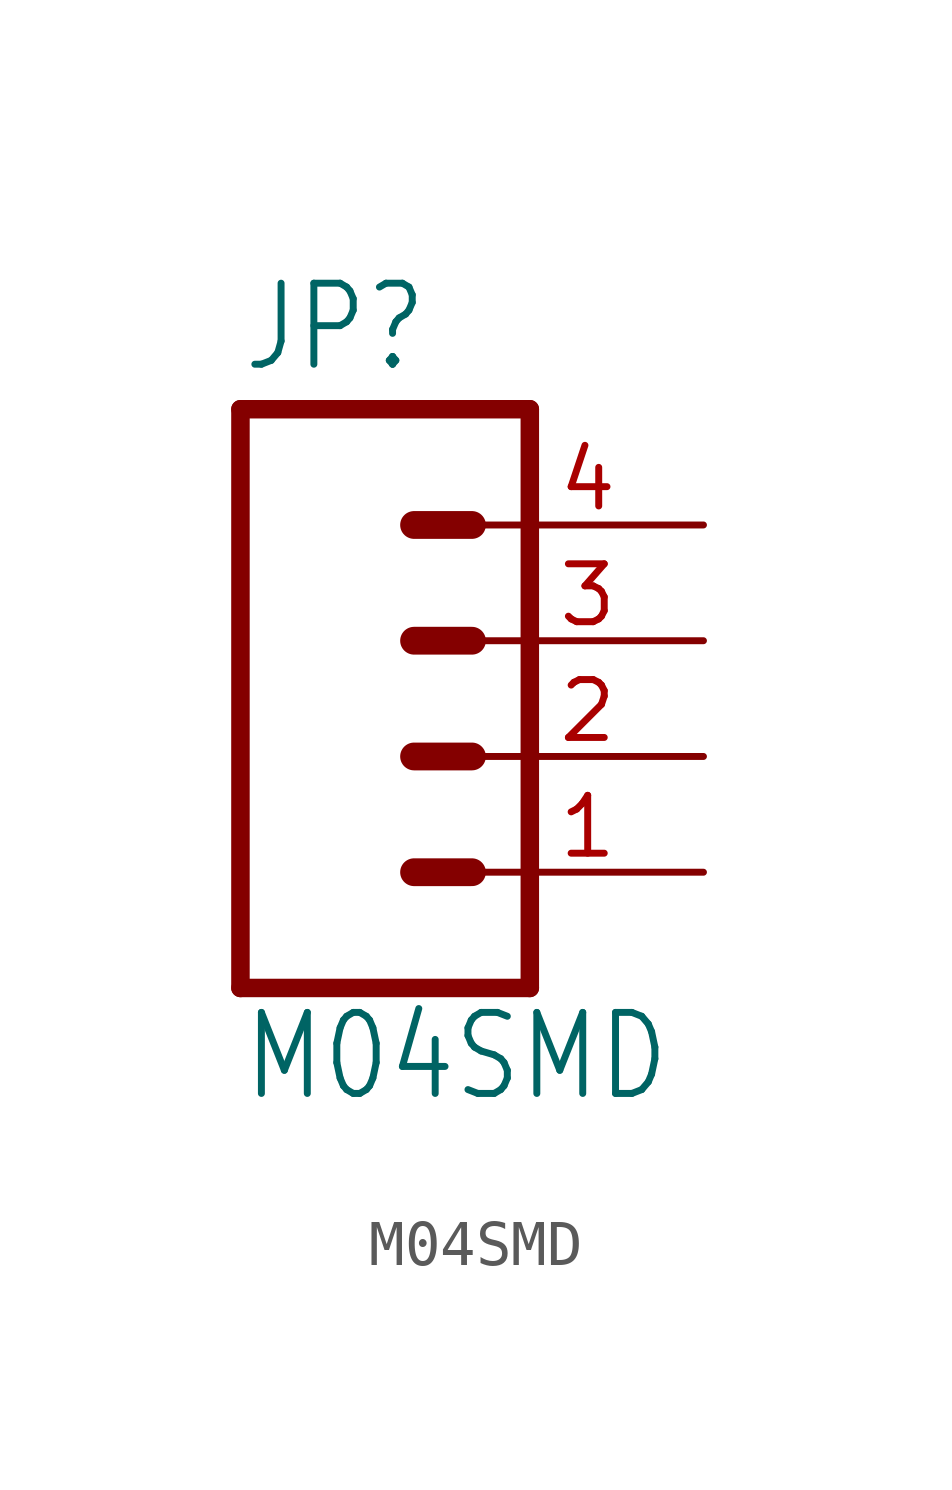
<source format=kicad_sym>
(kicad_symbol_lib
  (version 20201005)
  (generator kicad_symbol_editor)
  (symbol "M04SMD"
    (property "Reference" "JP"
      (at -5.08 8.382 0)
      (effects (font (size 1.778 1.511)) (justify left bottom)))
    (property "Value" "M04SMD"
      (at -5.08 -7.62 0)
      (effects (font (size 1.778 1.511)) (justify left bottom)))
    (property "ki_locked" ""
      (at 0 0 0)
      (effects (font (size 1.27 1.27))))
    (symbol "M04SMD_1_0"
      (polyline (pts (xy 1.27 -5.08) (xy -5.08 -5.08)) (stroke (width 0.406)) (fill (type none)))
      (polyline (pts (xy -1.27 2.54) (xy 0 2.54)) (stroke (width 0.61)) (fill (type none)))
      (polyline (pts (xy -1.27 0) (xy 0 0)) (stroke (width 0.61)) (fill (type none)))
      (polyline (pts (xy -1.27 -2.54) (xy 0 -2.54)) (stroke (width 0.61)) (fill (type none)))
      (polyline (pts (xy -5.08 7.62) (xy -5.08 -5.08)) (stroke (width 0.406)) (fill (type none)))
      (polyline (pts (xy 1.27 -5.08) (xy 1.27 7.62)) (stroke (width 0.406)) (fill (type none)))
      (polyline (pts (xy -5.08 7.62) (xy 1.27 7.62)) (stroke (width 0.406)) (fill (type none)))
      (polyline (pts (xy -1.27 5.08) (xy 0 5.08)) (stroke (width 0.61)) (fill (type none)))
      (pin passive line (at 5.08 -2.54 180) (length 5.08) (name "1" (effects (font (size 0 0)))) (number "1" (effects (font (size 1.27 1.27)))))
      (pin passive line (at 5.08 0 180) (length 5.08) (name "2" (effects (font (size 0 0)))) (number "2" (effects (font (size 1.27 1.27)))))
      (pin passive line (at 5.08 2.54 180) (length 5.08) (name "3" (effects (font (size 0 0)))) (number "3" (effects (font (size 1.27 1.27)))))
      (pin passive line (at 5.08 5.08 180) (length 5.08) (name "4" (effects (font (size 0 0)))) (number "4" (effects (font (size 1.27 1.27))))))))
</source>
